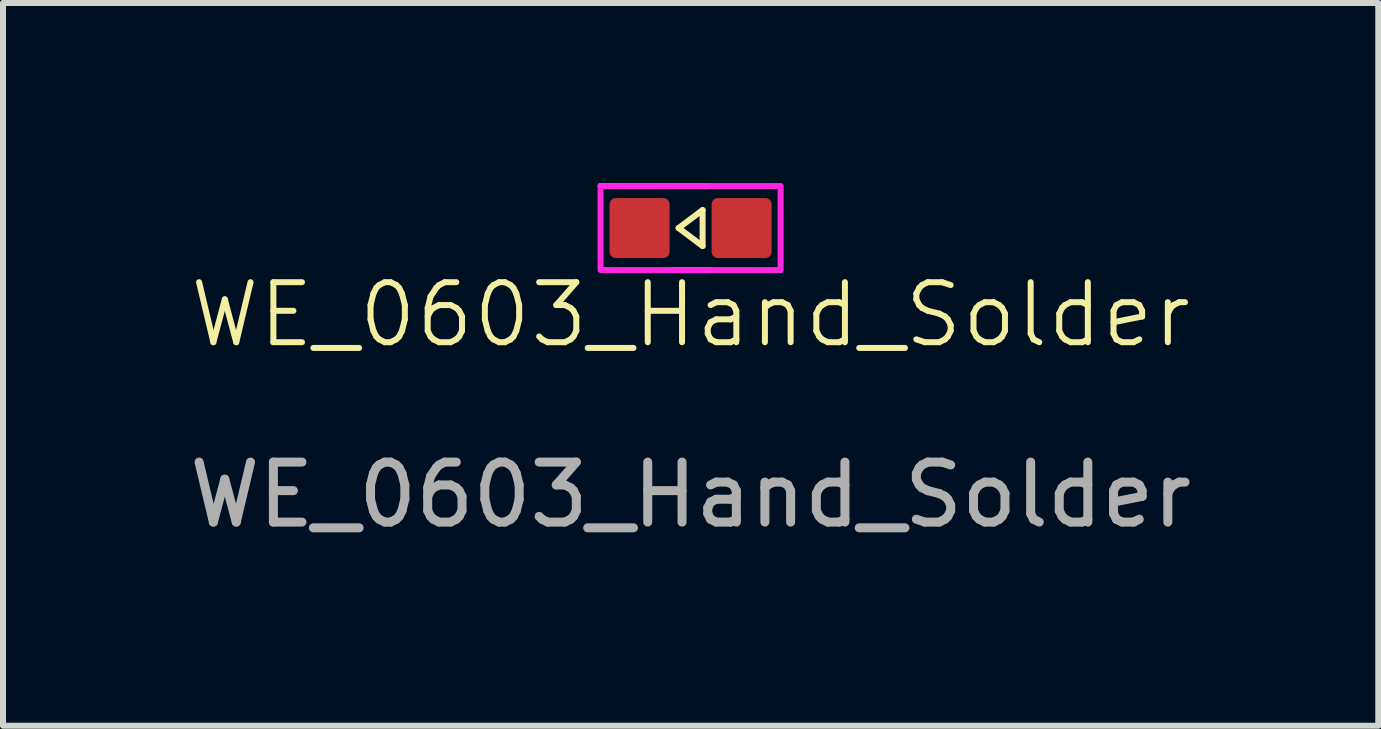
<source format=kicad_pcb>
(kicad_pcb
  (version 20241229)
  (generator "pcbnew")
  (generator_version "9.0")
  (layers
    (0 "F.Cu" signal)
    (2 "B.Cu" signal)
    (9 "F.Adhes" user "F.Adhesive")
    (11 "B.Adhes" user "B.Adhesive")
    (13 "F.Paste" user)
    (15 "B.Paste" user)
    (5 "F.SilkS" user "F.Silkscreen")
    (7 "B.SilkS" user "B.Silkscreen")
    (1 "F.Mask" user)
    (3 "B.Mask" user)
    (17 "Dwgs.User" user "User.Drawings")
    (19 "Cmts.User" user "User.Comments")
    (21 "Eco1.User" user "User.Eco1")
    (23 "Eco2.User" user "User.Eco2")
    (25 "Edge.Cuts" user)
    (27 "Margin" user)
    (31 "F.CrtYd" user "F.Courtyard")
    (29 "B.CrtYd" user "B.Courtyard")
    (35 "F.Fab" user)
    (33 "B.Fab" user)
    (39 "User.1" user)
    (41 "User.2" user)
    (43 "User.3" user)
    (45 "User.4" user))
  (footprint "WE_0603_Hand_Solder"
    (layer "F.Cu")
    (at 8.458 0.75)
    (property "Reference" "WE_0603_Hand_Solder" (at 0 1.445 0) (unlocked yes) (layer "F.SilkS") (effects (font (size 1 1) (thickness 0.1))))
    (attr smd)
    (fp_line (start -1.5 -0.7) (end 0.3 -0.7) (stroke (width 0.1) (type default)) (layer "F.SilkS"))
    (fp_line (start -0.3 0.7) (end 0.3 0.7) (stroke (width 0.1) (type default)) (layer "F.SilkS"))
    (fp_line (start -0.2 0) (end 0.2 0.3) (stroke (width 0.1) (type default)) (layer "F.SilkS"))
    (fp_line (start 0.2 -0.3) (end -0.2 0) (stroke (width 0.1) (type default)) (layer "F.SilkS"))
    (fp_line (start 0.2 0.3) (end 0.2 -0.3) (stroke (width 0.1) (type default)) (layer "F.SilkS"))
    (fp_rect (start 1.5 0.7) (end -1.5 -0.7) (stroke (width 0.1) (type default)) (fill no) (layer "F.CrtYd"))
    (fp_text user "${REFERENCE}" (at 0 4.445 0) (unlocked yes) (layer "F.Fab") (effects (font (size 1 1) (thickness 0.15))))
    (pad "1" smd roundrect (at -0.85 0) (size 1 1) (layers "F.Cu" "F.Mask" "F.Paste") (roundrect_rratio 0.1))
    (pad "2" smd roundrect (at 0.85 0) (size 1 1) (layers "F.Cu" "F.Mask" "F.Paste") (roundrect_rratio 0.1)))
  (gr_rect
    (start -3 -3)
    (end 19.917 9.043)
    (stroke (width 0.1) (type default))
    (fill no)
    (layer "Edge.Cuts")))
</source>
